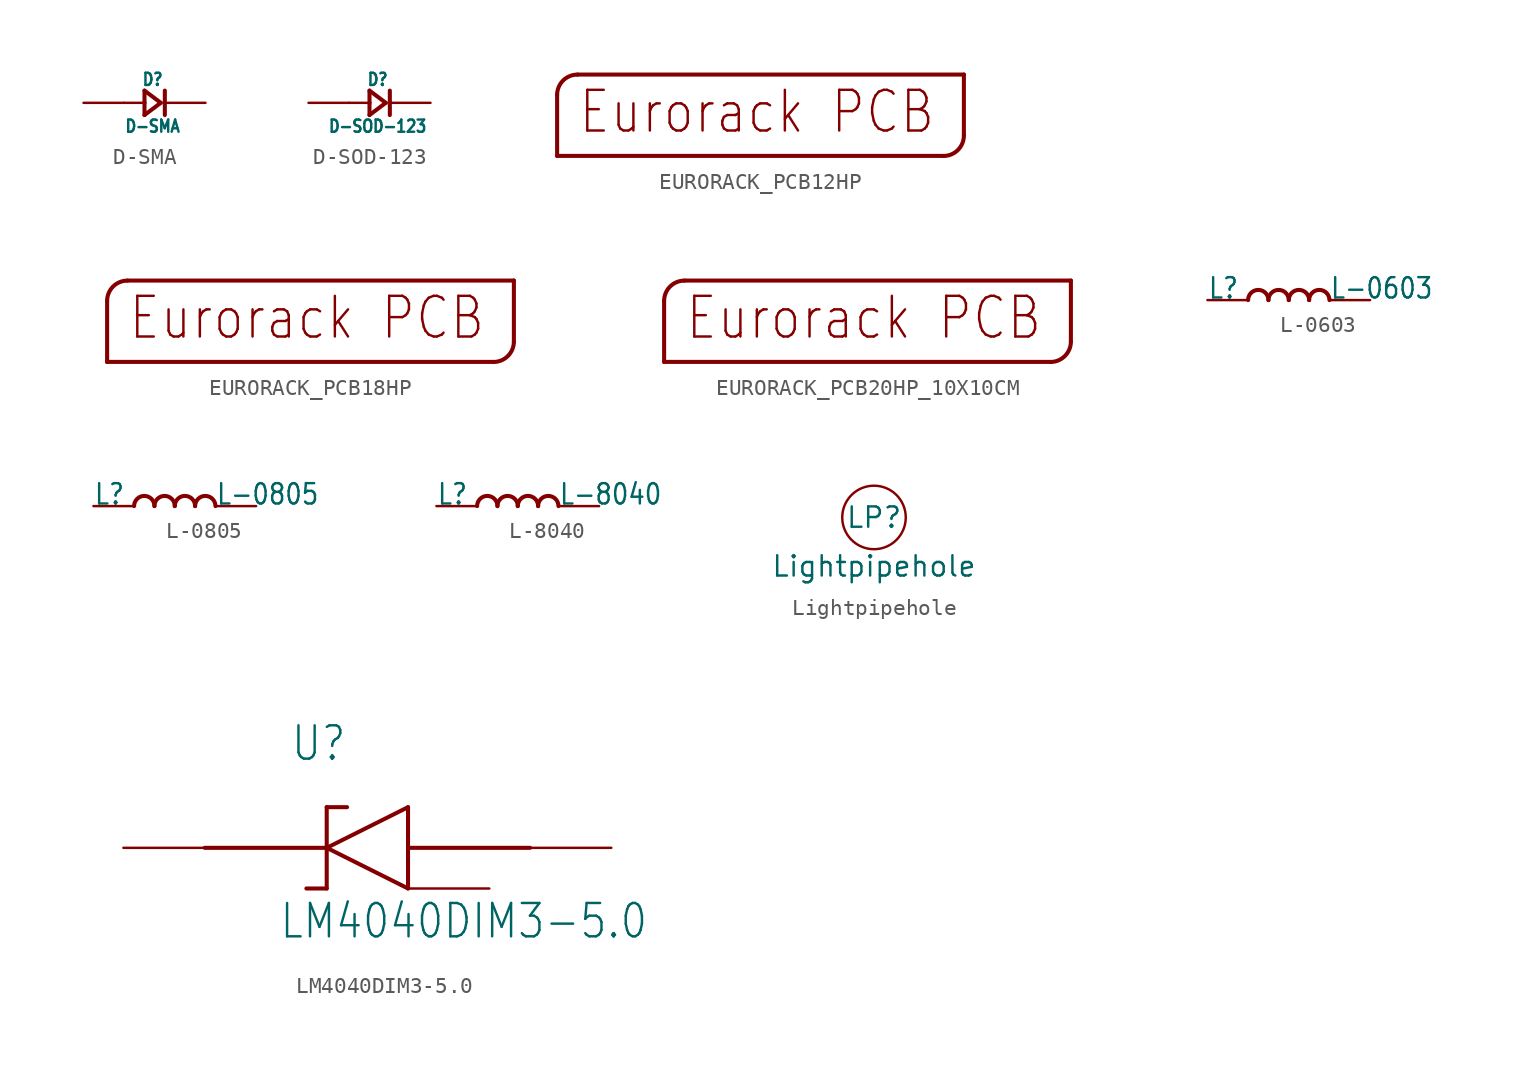
<source format=kicad_sym>
(kicad_symbol_lib
  (version 20211014)
  (generator kicad_symbol_editor)
  (symbol "D-SMA"
    (property "Reference" "D"
      (at 0.508 1.016 0)
      (effects (font (size 0.762 0.648)) (justify bottom)))
    (property "Value" "D-SMA"
      (at 0.508 -1.016 0)
      (effects (font (size 0.762 0.648)) (justify top)))
    (property "ki_locked" ""
      (at 0 0 0)
      (effects (font (size 1.27 1.27))))
    (symbol "D-SMA_1_0"
      (polyline (pts (xy -1.27 0) (xy 0 0)) (stroke (width 0.152) (type default) (color 0 0 0 0)) (fill (type none)))
      (polyline (pts (xy 0 -0.762) (xy 0 0)) (stroke (width 0.254) (type default) (color 0 0 0 0)) (fill (type none)))
      (polyline (pts (xy 0 -0.762) (xy 1.016 0)) (stroke (width 0.254) (type default) (color 0 0 0 0)) (fill (type none)))
      (polyline (pts (xy 0 0) (xy 0 0.762)) (stroke (width 0.254) (type default) (color 0 0 0 0)) (fill (type none)))
      (polyline (pts (xy 0 0.762) (xy 1.016 0)) (stroke (width 0.254) (type default) (color 0 0 0 0)) (fill (type none)))
      (polyline (pts (xy 1.27 0.762) (xy 1.27 -0.762)) (stroke (width 0.254) (type default) (color 0 0 0 0)) (fill (type none)))
      (pin passive line (at -3.81 0 0) (length 2.54) (name "+" (effects (font (size 0 0)))) (number "1" (effects (font (size 0 0)))))
      (pin passive line (at 3.81 0 180) (length 2.54) (name "-" (effects (font (size 0 0)))) (number "2" (effects (font (size 0 0)))))))
  (symbol "D-SOD-123"
    (property "Reference" "D"
      (at 0.508 1.016 0)
      (effects (font (size 0.762 0.648)) (justify bottom)))
    (property "Value" "D-SOD-123"
      (at 0.508 -1.016 0)
      (effects (font (size 0.762 0.648)) (justify top)))
    (property "ki_locked" ""
      (at 0 0 0)
      (effects (font (size 1.27 1.27))))
    (symbol "D-SOD-123_1_0"
      (polyline (pts (xy -1.27 0) (xy 0 0)) (stroke (width 0.152) (type default) (color 0 0 0 0)) (fill (type none)))
      (polyline (pts (xy 0 -0.762) (xy 0 0)) (stroke (width 0.254) (type default) (color 0 0 0 0)) (fill (type none)))
      (polyline (pts (xy 0 -0.762) (xy 1.016 0)) (stroke (width 0.254) (type default) (color 0 0 0 0)) (fill (type none)))
      (polyline (pts (xy 0 0) (xy 0 0.762)) (stroke (width 0.254) (type default) (color 0 0 0 0)) (fill (type none)))
      (polyline (pts (xy 0 0.762) (xy 1.016 0)) (stroke (width 0.254) (type default) (color 0 0 0 0)) (fill (type none)))
      (polyline (pts (xy 1.27 0.762) (xy 1.27 -0.762)) (stroke (width 0.254) (type default) (color 0 0 0 0)) (fill (type none)))
      (pin passive line (at -3.81 0 0) (length 2.54) (name "+" (effects (font (size 0 0)))) (number "+" (effects (font (size 0 0)))))
      (pin passive line (at 3.81 0 180) (length 2.54) (name "-" (effects (font (size 0 0)))) (number "-" (effects (font (size 0 0)))))))
  (symbol "EURORACK_PCB12HP"
    (property "Reference" "PCB"
      (at 0 0 0)
      (effects (font (size 1.27 1.27)) hide))
    (property "ki_locked" ""
      (at 0 0 0)
      (effects (font (size 1.27 1.27))))
    (symbol "EURORACK_PCB12HP_1_0"
      (polyline (pts (xy -1.27 -1.27) (xy 22.86 -1.27)) (stroke (width 0.254) (type default) (color 0 0 0 0)) (fill (type none)))
      (polyline (pts (xy -1.27 2.54) (xy -1.27 -1.27)) (stroke (width 0.254) (type default) (color 0 0 0 0)) (fill (type none)))
      (polyline (pts (xy 24.13 0) (xy 24.13 3.81)) (stroke (width 0.254) (type default) (color 0 0 0 0)) (fill (type none)))
      (polyline (pts (xy 24.13 3.81) (xy 0 3.81)) (stroke (width 0.254) (type default) (color 0 0 0 0)) (fill (type none)))
      (arc (start 0 3.81) (mid -0.898 3.438) (end -1.27 2.54) (stroke (width 0.254) (type default) (color 0 0 0 0)) (fill (type none)))
      (arc (start 22.86 -1.27) (mid 23.758 -0.898) (end 24.13 0) (stroke (width 0.254) (type default) (color 0 0 0 0)) (fill (type none)))
      (text "Eurorack PCB" (at 0 0 0) (effects (font (size 2.54 2.159)) (justify left bottom)))))
  (symbol "EURORACK_PCB18HP"
    (property "Reference" "PCB"
      (at 0 0 0)
      (effects (font (size 1.27 1.27)) hide))
    (property "ki_locked" ""
      (at 0 0 0)
      (effects (font (size 1.27 1.27))))
    (symbol "EURORACK_PCB18HP_1_0"
      (polyline (pts (xy -1.27 -1.27) (xy 22.86 -1.27)) (stroke (width 0.254) (type default) (color 0 0 0 0)) (fill (type none)))
      (polyline (pts (xy -1.27 2.54) (xy -1.27 -1.27)) (stroke (width 0.254) (type default) (color 0 0 0 0)) (fill (type none)))
      (polyline (pts (xy 24.13 0) (xy 24.13 3.81)) (stroke (width 0.254) (type default) (color 0 0 0 0)) (fill (type none)))
      (polyline (pts (xy 24.13 3.81) (xy 0 3.81)) (stroke (width 0.254) (type default) (color 0 0 0 0)) (fill (type none)))
      (arc (start 0 3.81) (mid -0.898 3.438) (end -1.27 2.54) (stroke (width 0.254) (type default) (color 0 0 0 0)) (fill (type none)))
      (arc (start 22.86 -1.27) (mid 23.758 -0.898) (end 24.13 0) (stroke (width 0.254) (type default) (color 0 0 0 0)) (fill (type none)))
      (text "Eurorack PCB" (at 0 0 0) (effects (font (size 2.54 2.159)) (justify left bottom)))))
  (symbol "EURORACK_PCB20HP_10X10CM"
    (property "Reference" "PCB"
      (at 0 0 0)
      (effects (font (size 1.27 1.27)) hide))
    (property "ki_locked" ""
      (at 0 0 0)
      (effects (font (size 1.27 1.27))))
    (symbol "EURORACK_PCB20HP_10X10CM_1_0"
      (polyline (pts (xy -1.27 -1.27) (xy 22.86 -1.27)) (stroke (width 0.254) (type default) (color 0 0 0 0)) (fill (type none)))
      (polyline (pts (xy -1.27 2.54) (xy -1.27 -1.27)) (stroke (width 0.254) (type default) (color 0 0 0 0)) (fill (type none)))
      (polyline (pts (xy 24.13 0) (xy 24.13 3.81)) (stroke (width 0.254) (type default) (color 0 0 0 0)) (fill (type none)))
      (polyline (pts (xy 24.13 3.81) (xy 0 3.81)) (stroke (width 0.254) (type default) (color 0 0 0 0)) (fill (type none)))
      (arc (start 0 3.81) (mid -0.898 3.438) (end -1.27 2.54) (stroke (width 0.254) (type default) (color 0 0 0 0)) (fill (type none)))
      (arc (start 22.86 -1.27) (mid 23.758 -0.898) (end 24.13 0) (stroke (width 0.254) (type default) (color 0 0 0 0)) (fill (type none)))
      (text "Eurorack PCB" (at 0 0 0) (effects (font (size 2.54 2.159)) (justify left bottom)))))
  (symbol "L-0603"
    (property "Reference" "L"
      (at -5.08 0 0)
      (effects (font (size 1.27 1.079)) (justify left bottom)))
    (property "Value" "L-0603"
      (at 2.54 0 0)
      (effects (font (size 1.27 1.079)) (justify left bottom)))
    (property "ki_locked" ""
      (at 0 0 0)
      (effects (font (size 1.27 1.27))))
    (symbol "L-0603_1_0"
      (arc (start -1.27 0) (mid -1.905 0.635) (end -2.54 0) (stroke (width 0.254) (type default) (color 0 0 0 0)) (fill (type none)))
      (arc (start 0 0) (mid -0.635 0.635) (end -1.27 0) (stroke (width 0.254) (type default) (color 0 0 0 0)) (fill (type none)))
      (arc (start 1.27 0) (mid 0.635 0.635) (end 0 0) (stroke (width 0.254) (type default) (color 0 0 0 0)) (fill (type none)))
      (arc (start 2.54 0) (mid 1.905 0.635) (end 1.27 0) (stroke (width 0.254) (type default) (color 0 0 0 0)) (fill (type none)))
      (pin passive line (at -5.08 0 0) (length 2.54) (name "1" (effects (font (size 0 0)))) (number "1" (effects (font (size 0 0)))))
      (pin passive line (at 5.08 0 180) (length 2.54) (name "2" (effects (font (size 0 0)))) (number "2" (effects (font (size 0 0)))))))
  (symbol "L-0805"
    (property "Reference" "L"
      (at -5.08 0 0)
      (effects (font (size 1.27 1.079)) (justify left bottom)))
    (property "Value" "L-0805"
      (at 2.54 0 0)
      (effects (font (size 1.27 1.079)) (justify left bottom)))
    (property "ki_locked" ""
      (at 0 0 0)
      (effects (font (size 1.27 1.27))))
    (symbol "L-0805_1_0"
      (arc (start -1.27 0) (mid -1.905 0.635) (end -2.54 0) (stroke (width 0.254) (type default) (color 0 0 0 0)) (fill (type none)))
      (arc (start 0 0) (mid -0.635 0.635) (end -1.27 0) (stroke (width 0.254) (type default) (color 0 0 0 0)) (fill (type none)))
      (arc (start 1.27 0) (mid 0.635 0.635) (end 0 0) (stroke (width 0.254) (type default) (color 0 0 0 0)) (fill (type none)))
      (arc (start 2.54 0) (mid 1.905 0.635) (end 1.27 0) (stroke (width 0.254) (type default) (color 0 0 0 0)) (fill (type none)))
      (pin passive line (at -5.08 0 0) (length 2.54) (name "1" (effects (font (size 0 0)))) (number "1" (effects (font (size 0 0)))))
      (pin passive line (at 5.08 0 180) (length 2.54) (name "2" (effects (font (size 0 0)))) (number "2" (effects (font (size 0 0)))))))
  (symbol "L-8040"
    (property "Reference" "L"
      (at -5.08 0 0)
      (effects (font (size 1.27 1.079)) (justify left bottom)))
    (property "Value" "L-8040"
      (at 2.54 0 0)
      (effects (font (size 1.27 1.079)) (justify left bottom)))
    (property "ki_locked" ""
      (at 0 0 0)
      (effects (font (size 1.27 1.27))))
    (symbol "L-8040_1_0"
      (arc (start -1.27 0) (mid -1.905 0.635) (end -2.54 0) (stroke (width 0.254) (type default) (color 0 0 0 0)) (fill (type none)))
      (arc (start 0 0) (mid -0.635 0.635) (end -1.27 0) (stroke (width 0.254) (type default) (color 0 0 0 0)) (fill (type none)))
      (arc (start 1.27 0) (mid 0.635 0.635) (end 0 0) (stroke (width 0.254) (type default) (color 0 0 0 0)) (fill (type none)))
      (arc (start 2.54 0) (mid 1.905 0.635) (end 1.27 0) (stroke (width 0.254) (type default) (color 0 0 0 0)) (fill (type none)))
      (pin passive line (at -5.08 0 0) (length 2.54) (name "1" (effects (font (size 0 0)))) (number "P$1" (effects (font (size 0 0)))))
      (pin passive line (at 5.08 0 180) (length 2.54) (name "2" (effects (font (size 0 0)))) (number "P$2" (effects (font (size 0 0)))))))
  (symbol "Lightpipehole"
    (pin_numbers hide)
    (pin_names
      (offset 0) hide)
    (property "Reference" "LP"
      (at 0 0 0)
      (effects (font (size 1.27 1.27))))
    (property "Value" "Lightpipehole"
      (at 0 -3.048 0)
      (effects (font (size 1.27 1.27))))
    (symbol "Lightpipehole_0_1"
      (circle (center 0 0) (radius 1.984) (stroke (width 0) (type default) (color 0 0 0 0)) (fill (type none)))))
  (symbol "LM4040DIM3-5.0"
    (property "Reference" "U"
      (at -4.826 2.769 0)
      (effects (font (size 2.083 1.77)) (justify left bottom)))
    (property "Value" "LM4040DIM3-5.0"
      (at -5.537 -8.331 0)
      (effects (font (size 2.083 1.77)) (justify left bottom)))
    (property "ki_locked" ""
      (at 0 0 0)
      (effects (font (size 1.27 1.27))))
    (symbol "LM4040DIM3-5.0_1_0"
      (polyline (pts (xy -2.54 -5.08) (xy -3.81 -5.08)) (stroke (width 0.254) (type default) (color 0 0 0 0)) (fill (type none)))
      (polyline (pts (xy -2.54 -5.08) (xy -2.54 -2.54)) (stroke (width 0.254) (type default) (color 0 0 0 0)) (fill (type none)))
      (polyline (pts (xy -2.54 -2.54) (xy -10.16 -2.54)) (stroke (width 0.254) (type default) (color 0 0 0 0)) (fill (type none)))
      (polyline (pts (xy -2.54 -2.54) (xy -2.54 0)) (stroke (width 0.254) (type default) (color 0 0 0 0)) (fill (type none)))
      (polyline (pts (xy -2.54 -2.54) (xy 2.54 -5.08)) (stroke (width 0.254) (type default) (color 0 0 0 0)) (fill (type none)))
      (polyline (pts (xy -2.54 0) (xy -1.27 0)) (stroke (width 0.254) (type default) (color 0 0 0 0)) (fill (type none)))
      (polyline (pts (xy 2.54 -5.08) (xy 2.54 -2.54)) (stroke (width 0.254) (type default) (color 0 0 0 0)) (fill (type none)))
      (polyline (pts (xy 2.54 -2.54) (xy 2.54 0)) (stroke (width 0.254) (type default) (color 0 0 0 0)) (fill (type none)))
      (polyline (pts (xy 2.54 0) (xy -2.54 -2.54)) (stroke (width 0.254) (type default) (color 0 0 0 0)) (fill (type none)))
      (polyline (pts (xy 10.16 -2.54) (xy 2.54 -2.54)) (stroke (width 0.254) (type default) (color 0 0 0 0)) (fill (type none)))
      (pin passive line (at -15.24 -2.54 0) (length 5.08) (name "CATHODE" (effects (font (size 0 0)))) (number "1" (effects (font (size 0 0)))))
      (pin passive line (at 15.24 -2.54 180) (length 5.08) (name "ANODE" (effects (font (size 0 0)))) (number "2" (effects (font (size 0 0)))))
      (pin passive line (at 7.62 -5.08 180) (length 5.08) (name "NC" (effects (font (size 0 0)))) (number "3" (effects (font (size 0 0))))))))
</source>
